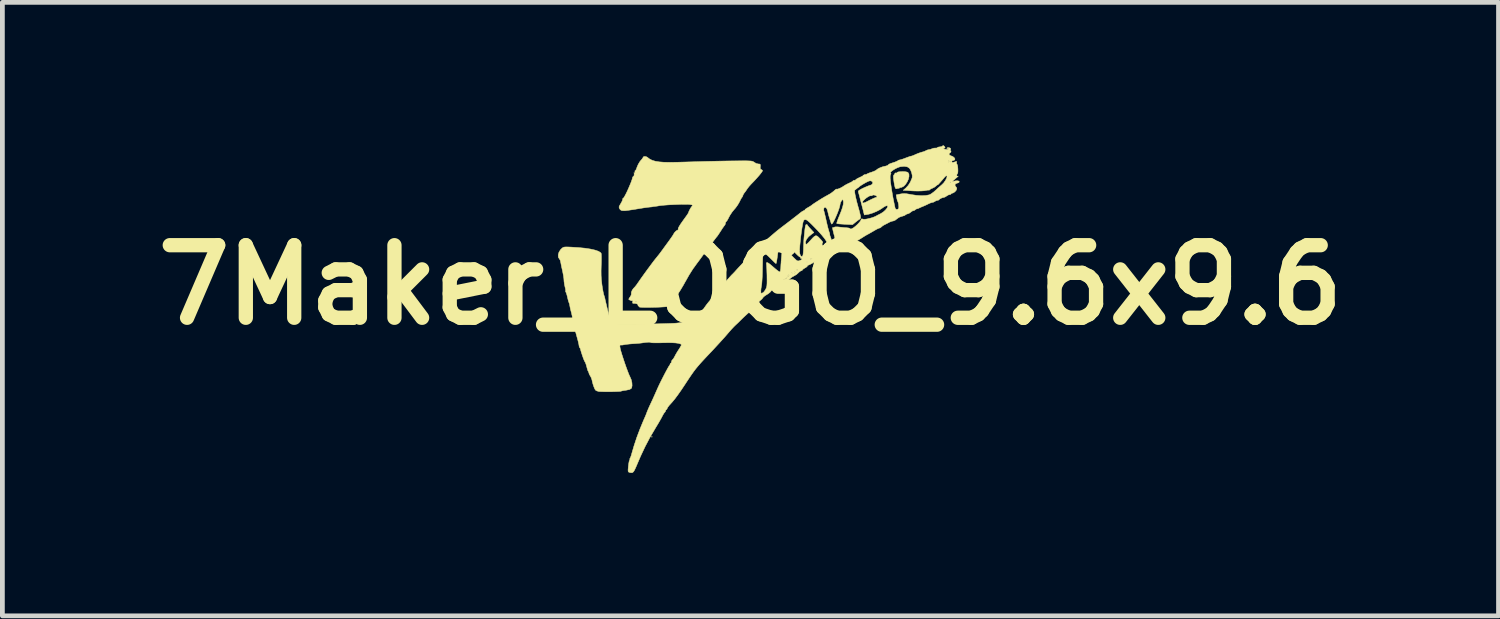
<source format=kicad_pcb>
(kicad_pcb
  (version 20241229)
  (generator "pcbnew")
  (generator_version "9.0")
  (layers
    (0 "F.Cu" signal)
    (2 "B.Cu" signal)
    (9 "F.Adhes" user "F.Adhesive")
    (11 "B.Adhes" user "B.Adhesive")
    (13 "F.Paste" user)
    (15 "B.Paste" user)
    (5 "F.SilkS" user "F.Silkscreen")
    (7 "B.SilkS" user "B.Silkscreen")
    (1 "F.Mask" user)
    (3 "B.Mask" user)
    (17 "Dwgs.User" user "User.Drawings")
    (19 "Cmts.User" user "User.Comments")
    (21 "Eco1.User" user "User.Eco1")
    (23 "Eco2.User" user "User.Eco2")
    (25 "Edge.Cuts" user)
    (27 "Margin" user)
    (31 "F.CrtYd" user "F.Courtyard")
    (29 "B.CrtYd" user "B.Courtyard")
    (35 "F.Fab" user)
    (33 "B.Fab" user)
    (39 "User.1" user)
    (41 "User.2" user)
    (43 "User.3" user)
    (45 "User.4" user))
  (footprint "7Maker_LOGO_9.6x9.6"
    (layer "F.Cu")
    (at 12.707 2.933)
    (property "Reference" "7Maker_LOGO_9.6x9.6" (at 0 0 0) (layer "F.SilkS") (effects (font (size 1.524 1.524) (thickness 0.3))))
    (attr through_hole)
    (fp_poly (pts (xy -2.062 3.19) (xy -2.069 3.197) (xy -2.077 3.19) (xy -2.069 3.182) (xy -2.062 3.19)) (stroke (width 0.01) (type solid)) (fill yes) (layer "F.SilkS"))
    (fp_poly (pts (xy 3.247 -2.378) (xy 3.286 -2.371) (xy 3.307 -2.363) (xy 3.328 -2.328) (xy 3.33 -2.279) (xy 3.317 -2.222) (xy 3.291 -2.164) (xy 3.257 -2.112) (xy 3.217 -2.071) (xy 3.174 -2.049) (xy 3.157 -2.047) (xy 3.133 -2.042) (xy 3.13 -2.035) (xy 3.124 -2.032) (xy 3.117 -2.029) (xy 3.109 -2.029) (xy 3.108 -2.029) (xy 3.101 -2.032) (xy 3.09 -2.027) (xy 3.068 -2.019) (xy 3.051 -2.022) (xy 3.037 -2.048) (xy 3.025 -2.098) (xy 3.015 -2.155) (xy 3.006 -2.223) (xy 3.002 -2.267) (xy 3.004 -2.293) (xy 3.011 -2.308) (xy 3.013 -2.31) (xy 3.031 -2.333) (xy 3.033 -2.343) (xy 3.044 -2.353) (xy 3.058 -2.35) (xy 3.075 -2.348) (xy 3.074 -2.354) (xy 3.08 -2.365) (xy 3.108 -2.374) (xy 3.151 -2.378) (xy 3.2 -2.38) (xy 3.247 -2.378)) (stroke (width 0.01) (type solid)) (fill yes) (layer "F.SilkS"))
    (fp_poly (pts (xy -2.183 -2.691) (xy -2.161 -2.678) (xy -2.117 -2.644) (xy -2.063 -2.617) (xy -1.996 -2.597) (xy -1.914 -2.584) (xy -1.813 -2.576) (xy -1.689 -2.574) (xy -1.54 -2.576) (xy -1.511 -2.577) (xy -1.301 -2.583) (xy -1.117 -2.588) (xy -0.956 -2.593) (xy -0.815 -2.596) (xy -0.69 -2.599) (xy -0.578 -2.601) (xy -0.475 -2.603) (xy -0.378 -2.604) (xy -0.283 -2.605) (xy -0.269 -2.605) (xy -0.165 -2.606) (xy -0.087 -2.606) (xy -0.031 -2.604) (xy 0.009 -2.602) (xy 0.037 -2.597) (xy 0.056 -2.59) (xy 0.072 -2.581) (xy 0.081 -2.574) (xy 0.123 -2.55) (xy 0.166 -2.54) (xy 0.168 -2.54) (xy 0.197 -2.538) (xy 0.208 -2.525) (xy 0.207 -2.493) (xy 0.206 -2.486) (xy 0.205 -2.447) (xy 0.215 -2.429) (xy 0.227 -2.424) (xy 0.25 -2.409) (xy 0.254 -2.398) (xy 0.244 -2.379) (xy 0.218 -2.343) (xy 0.18 -2.296) (xy 0.133 -2.243) (xy 0.083 -2.188) (xy 0.033 -2.136) (xy 0.02 -2.123) (xy -0.022 -2.077) (xy -0.063 -2.025) (xy -0.072 -2.011) (xy -0.099 -1.971) (xy -0.122 -1.94) (xy -0.13 -1.931) (xy -0.149 -1.902) (xy -0.158 -1.879) (xy -0.17 -1.849) (xy -0.179 -1.838) (xy -0.191 -1.821) (xy -0.21 -1.786) (xy -0.231 -1.743) (xy -0.266 -1.682) (xy -0.311 -1.619) (xy -0.339 -1.587) (xy -0.382 -1.535) (xy -0.425 -1.471) (xy -0.451 -1.424) (xy -0.475 -1.377) (xy -0.495 -1.344) (xy -0.509 -1.33) (xy -0.509 -1.33) (xy -0.52 -1.317) (xy -0.523 -1.301) (xy -0.532 -1.266) (xy -0.542 -1.252) (xy -0.558 -1.231) (xy -0.586 -1.192) (xy -0.618 -1.142) (xy -0.627 -1.128) (xy -0.659 -1.079) (xy -0.685 -1.04) (xy -0.701 -1.018) (xy -0.703 -1.016) (xy -0.716 -1.001) (xy -0.743 -0.966) (xy -0.78 -0.917) (xy -0.825 -0.858) (xy -0.873 -0.794) (xy -0.921 -0.729) (xy -0.965 -0.668) (xy -1.002 -0.617) (xy -1.011 -0.605) (xy -1.042 -0.562) (xy -1.083 -0.507) (xy -1.121 -0.456) (xy -1.209 -0.335) (xy -1.286 -0.213) (xy -1.363 -0.076) (xy -1.367 -0.07) (xy -1.406 0.000253) (xy -1.449 0.073) (xy -1.488 0.136) (xy -1.5 0.154) (xy -1.538 0.212) (xy -1.577 0.273) (xy -1.604 0.318) (xy -1.647 0.384) (xy -1.688 0.426) (xy -1.732 0.449) (xy -1.753 0.454) (xy -1.793 0.459) (xy -1.853 0.463) (xy -1.926 0.467) (xy -2.008 0.469) (xy -2.09 0.471) (xy -2.17 0.471) (xy -2.239 0.471) (xy -2.292 0.469) (xy -2.325 0.466) (xy -2.33 0.464) (xy -2.345 0.448) (xy -2.331 0.436) (xy -2.289 0.431) (xy -2.237 0.43) (xy -2.189 0.431) (xy -2.167 0.429) (xy -2.347 0.439) (xy -2.332 0.427) (xy -2.349 0.445) (xy -2.36 0.432) (xy -2.37 0.401) (xy -2.417 0.388) (xy -2.44 0.388) (xy -2.469 0.386) (xy -2.476 0.372) (xy -2.473 0.359) (xy -2.471 0.349) (xy -2.415 0.349) (xy -2.413 0.358) (xy -2.406 0.359) (xy -2.393 0.353) (xy -2.396 0.349) (xy -2.408 0.351) (xy -2.415 0.349) (xy -2.471 0.349) (xy -2.47 0.336) (xy -2.475 0.331) (xy -2.5 0.33) (xy -2.53 0.319) (xy -2.552 0.306) (xy -2.555 0.3) (xy -2.547 0.281) (xy -2.526 0.251) (xy -2.524 0.248) (xy -2.505 0.215) (xy -2.501 0.187) (xy -2.501 0.185) (xy -2.5 0.154) (xy -2.484 0.113) (xy -2.457 0.074) (xy -2.442 0.059) (xy -2.422 0.037) (xy -2.391 -0.002) (xy -2.358 -0.05) (xy -2.356 -0.052) (xy -2.317 -0.109) (xy -2.266 -0.181) (xy -2.209 -0.26) (xy -2.149 -0.342) (xy -2.091 -0.42) (xy -2.039 -0.49) (xy -1.996 -0.545) (xy -1.972 -0.574) (xy -1.937 -0.618) (xy -1.906 -0.657) (xy -1.894 -0.673) (xy -1.875 -0.699) (xy -1.843 -0.742) (xy -1.802 -0.799) (xy -1.756 -0.862) (xy -1.747 -0.874) (xy -1.702 -0.936) (xy -1.663 -0.991) (xy -1.634 -1.033) (xy -1.619 -1.058) (xy -1.617 -1.061) (xy -1.599 -1.093) (xy -1.57 -1.125) (xy -1.542 -1.147) (xy -1.529 -1.15) (xy -1.516 -1.161) (xy -1.518 -1.17) (xy -1.515 -1.191) (xy -1.497 -1.228) (xy -1.462 -1.284) (xy -1.409 -1.359) (xy -1.363 -1.423) (xy -1.332 -1.466) (xy -1.309 -1.501) (xy -1.3 -1.519) (xy -1.3 -1.52) (xy -1.292 -1.543) (xy -1.274 -1.58) (xy -1.252 -1.619) (xy -1.23 -1.65) (xy -1.22 -1.661) (xy -1.214 -1.673) (xy -1.234 -1.683) (xy -1.277 -1.691) (xy -1.338 -1.694) (xy -1.415 -1.694) (xy -1.434 -1.694) (xy -1.589 -1.688) (xy -1.714 -1.682) (xy -1.809 -1.675) (xy -1.875 -1.669) (xy -1.905 -1.665) (xy -1.955 -1.656) (xy -1.995 -1.651) (xy -2.029 -1.647) (xy -2.047 -1.644) (xy -2.065 -1.64) (xy -2.101 -1.636) (xy -2.107 -1.636) (xy -2.142 -1.632) (xy -2.182 -1.627) (xy -2.231 -1.62) (xy -2.295 -1.61) (xy -2.379 -1.596) (xy -2.458 -1.583) (xy -2.553 -1.569) (xy -2.623 -1.56) (xy -2.673 -1.559) (xy -2.707 -1.564) (xy -2.73 -1.577) (xy -2.746 -1.598) (xy -2.747 -1.599) (xy -2.757 -1.622) (xy -2.757 -1.645) (xy -2.743 -1.674) (xy -2.721 -1.711) (xy -2.697 -1.754) (xy -2.683 -1.789) (xy -2.681 -1.805) (xy -2.675 -1.821) (xy -2.677 -1.817) (xy -2.664 -1.825) (xy -2.644 -1.856) (xy -2.618 -1.904) (xy -2.588 -1.965) (xy -2.558 -2.032) (xy -2.529 -2.1) (xy -2.503 -2.164) (xy -2.484 -2.219) (xy -2.474 -2.259) (xy -2.466 -2.273) (xy -2.464 -2.276) (xy -2.461 -2.281) (xy -2.461 -2.278) (xy -2.455 -2.277) (xy -2.445 -2.293) (xy -2.444 -2.299) (xy -2.44 -2.332) (xy -2.444 -2.348) (xy -2.446 -2.358) (xy -2.435 -2.353) (xy -2.422 -2.351) (xy -2.424 -2.372) (xy -2.424 -2.373) (xy -2.426 -2.395) (xy -2.42 -2.398) (xy -2.409 -2.406) (xy -2.394 -2.437) (xy -2.381 -2.474) (xy -2.355 -2.534) (xy -2.321 -2.59) (xy -2.305 -2.61) (xy -2.276 -2.643) (xy -2.259 -2.668) (xy -2.256 -2.675) (xy -2.244 -2.693) (xy -2.216 -2.698) (xy -2.183 -2.691)) (stroke (width 0.01) (type solid)) (fill yes) (layer "F.SilkS"))
    (fp_poly (pts (xy 4.069 -2.914) (xy 4.08 -2.897) (xy 4.088 -2.876) (xy 4.081 -2.875) (xy 4.061 -2.874) (xy 4.057 -2.87) (xy 4.062 -2.857) (xy 4.085 -2.848) (xy 4.117 -2.844) (xy 4.146 -2.847) (xy 4.159 -2.854) (xy 4.167 -2.867) (xy 4.151 -2.864) (xy 4.15 -2.864) (xy 4.128 -2.863) (xy 4.124 -2.869) (xy 4.135 -2.881) (xy 4.161 -2.883) (xy 4.189 -2.876) (xy 4.204 -2.862) (xy 4.201 -2.839) (xy 4.194 -2.833) (xy 4.185 -2.827) (xy 4.195 -2.825) (xy 4.211 -2.814) (xy 4.21 -2.793) (xy 4.193 -2.775) (xy 4.191 -2.774) (xy 4.17 -2.756) (xy 4.174 -2.733) (xy 4.2 -2.715) (xy 4.21 -2.712) (xy 4.251 -2.695) (xy 4.28 -2.671) (xy 4.294 -2.646) (xy 4.289 -2.625) (xy 4.264 -2.615) (xy 4.257 -2.615) (xy 4.234 -2.605) (xy 4.228 -2.592) (xy 4.234 -2.574) (xy 4.254 -2.572) (xy 4.294 -2.584) (xy 4.296 -2.585) (xy 4.324 -2.594) (xy 4.332 -2.587) (xy 4.329 -2.571) (xy 4.329 -2.545) (xy 4.336 -2.536) (xy 4.345 -2.52) (xy 4.352 -2.483) (xy 4.356 -2.437) (xy 4.357 -2.391) (xy 4.354 -2.354) (xy 4.347 -2.338) (xy 4.335 -2.32) (xy 4.333 -2.297) (xy 4.34 -2.28) (xy 4.352 -2.28) (xy 4.364 -2.286) (xy 4.359 -2.279) (xy 4.334 -2.257) (xy 4.288 -2.218) (xy 4.288 -2.218) (xy 4.254 -2.188) (xy 4.242 -2.174) (xy 4.252 -2.173) (xy 4.258 -2.175) (xy 4.302 -2.185) (xy 4.34 -2.188) (xy 4.375 -2.181) (xy 4.386 -2.165) (xy 4.373 -2.148) (xy 4.345 -2.139) (xy 4.311 -2.126) (xy 4.294 -2.103) (xy 4.301 -2.077) (xy 4.31 -2.068) (xy 4.329 -2.04) (xy 4.333 -2.022) (xy 4.321 -1.988) (xy 4.292 -1.955) (xy 4.257 -1.932) (xy 4.239 -1.927) (xy 4.217 -1.92) (xy 4.213 -1.912) (xy 4.201 -1.9) (xy 4.186 -1.898) (xy 4.154 -1.889) (xy 4.12 -1.868) (xy 4.087 -1.847) (xy 4.061 -1.838) (xy 4.061 -1.838) (xy 4.032 -1.832) (xy 3.998 -1.818) (xy 3.97 -1.801) (xy 3.96 -1.789) (xy 3.947 -1.78) (xy 3.932 -1.778) (xy 3.899 -1.769) (xy 3.876 -1.756) (xy 3.844 -1.738) (xy 3.823 -1.734) (xy 3.794 -1.727) (xy 3.754 -1.711) (xy 3.74 -1.704) (xy 3.686 -1.678) (xy 3.63 -1.653) (xy 3.623 -1.651) (xy 3.579 -1.632) (xy 3.544 -1.616) (xy 3.538 -1.612) (xy 3.508 -1.601) (xy 3.495 -1.599) (xy 3.472 -1.589) (xy 3.457 -1.576) (xy 3.434 -1.561) (xy 3.423 -1.56) (xy 3.406 -1.556) (xy 3.377 -1.537) (xy 3.37 -1.531) (xy 3.335 -1.506) (xy 3.305 -1.494) (xy 3.302 -1.494) (xy 3.27 -1.483) (xy 3.258 -1.473) (xy 3.233 -1.457) (xy 3.192 -1.444) (xy 3.181 -1.442) (xy 3.119 -1.419) (xy 3.076 -1.388) (xy 3.04 -1.36) (xy 3.006 -1.345) (xy 2.999 -1.344) (xy 2.964 -1.336) (xy 2.921 -1.319) (xy 2.914 -1.315) (xy 2.865 -1.289) (xy 2.819 -1.266) (xy 2.815 -1.264) (xy 2.777 -1.242) (xy 2.75 -1.219) (xy 2.75 -1.219) (xy 2.725 -1.199) (xy 2.711 -1.195) (xy 2.688 -1.188) (xy 2.649 -1.169) (xy 2.612 -1.148) (xy 2.559 -1.117) (xy 2.507 -1.087) (xy 2.48 -1.072) (xy 2.434 -1.047) (xy 2.392 -1.022) (xy 2.343 -0.991) (xy 2.305 -0.967) (xy 2.267 -0.944) (xy 2.239 -0.929) (xy 2.231 -0.926) (xy 2.212 -0.918) (xy 2.18 -0.898) (xy 2.143 -0.873) (xy 2.111 -0.85) (xy 2.095 -0.834) (xy 2.094 -0.833) (xy 2.077 -0.823) (xy 2.07 -0.822) (xy 2.046 -0.814) (xy 1.999 -0.79) (xy 1.93 -0.751) (xy 1.841 -0.699) (xy 1.823 -0.687) (xy 1.796 -0.672) (xy 1.756 -0.651) (xy 1.741 -0.643) (xy 1.681 -0.611) (xy 1.74 -0.664) (xy 1.774 -0.698) (xy 1.787 -0.721) (xy 1.781 -0.729) (xy 1.755 -0.719) (xy 1.737 -0.709) (xy 1.701 -0.687) (xy 1.65 -0.659) (xy 1.59 -0.628) (xy 1.529 -0.597) (xy 1.472 -0.57) (xy 1.426 -0.549) (xy 1.398 -0.539) (xy 1.394 -0.538) (xy 1.376 -0.526) (xy 1.374 -0.519) (xy 1.362 -0.502) (xy 1.332 -0.477) (xy 1.291 -0.451) (xy 1.249 -0.429) (xy 1.221 -0.418) (xy 1.199 -0.406) (xy 1.196 -0.397) (xy 1.185 -0.382) (xy 1.156 -0.362) (xy 1.144 -0.356) (xy 1.111 -0.335) (xy 1.092 -0.317) (xy 1.091 -0.313) (xy 1.079 -0.3) (xy 1.068 -0.299) (xy 1.045 -0.288) (xy 1.014 -0.263) (xy 1.007 -0.255) (xy 0.968 -0.22) (xy 0.925 -0.194) (xy 0.921 -0.192) (xy 0.876 -0.167) (xy 0.839 -0.138) (xy 0.804 -0.107) (xy 0.759 -0.074) (xy 0.746 -0.065) (xy 0.708 -0.042) (xy 0.685 -0.036) (xy 0.666 -0.044) (xy 0.662 -0.047) (xy 0.644 -0.059) (xy 0.681 -0.03) (xy 0.66 -0.02) (xy 0.64 0.008) (xy 0.626 -0.019) (xy 0.625 -0.019) (xy 0.597 -0.015) (xy 0.637 -0.018) (xy 0.643 -0.007) (xy 0.615 0.004) (xy 0.639 -0.000466) (xy 0.638 0.009) (xy 0.629 0.02) (xy 0.6 0.04) (xy 0.581 0.045) (xy 0.55 0.053) (xy 0.509 0.074) (xy 0.467 0.1) (xy 0.435 0.126) (xy 0.425 0.14) (xy 0.408 0.157) (xy 0.375 0.183) (xy 0.343 0.203) (xy 0.301 0.23) (xy 0.271 0.256) (xy 0.261 0.269) (xy 0.245 0.292) (xy 0.214 0.32) (xy 0.203 0.328) (xy 0.163 0.367) (xy 0.127 0.414) (xy 0.121 0.426) (xy 0.089 0.469) (xy 0.045 0.515) (xy 0.018 0.537) (xy -0.026 0.572) (xy -0.08 0.62) (xy -0.136 0.672) (xy -0.151 0.686) (xy -0.203 0.737) (xy -0.254 0.788) (xy -0.297 0.828) (xy -0.307 0.837) (xy -0.348 0.877) (xy -0.396 0.928) (xy -0.439 0.977) (xy -0.54 1.094) (xy -0.656 1.222) (xy -0.777 1.353) (xy -0.819 1.398) (xy -0.912 1.496) (xy -0.987 1.576) (xy -1.05 1.645) (xy -1.102 1.705) (xy -1.149 1.762) (xy -1.193 1.82) (xy -1.238 1.884) (xy -1.289 1.959) (xy -1.348 2.048) (xy -1.37 2.082) (xy -1.452 2.205) (xy -1.522 2.305) (xy -1.583 2.387) (xy -1.638 2.454) (xy -1.673 2.493) (xy -1.71 2.534) (xy -1.737 2.57) (xy -1.748 2.592) (xy -1.748 2.593) (xy -1.757 2.613) (xy -1.763 2.615) (xy -1.777 2.627) (xy -1.778 2.635) (xy -1.789 2.662) (xy -1.799 2.673) (xy -1.818 2.697) (xy -1.841 2.736) (xy -1.85 2.754) (xy -1.869 2.79) (xy -1.899 2.844) (xy -1.938 2.911) (xy -1.982 2.984) (xy -2 3.014) (xy -2.111 3.203) (xy -2.212 3.395) (xy -2.308 3.599) (xy -2.368 3.739) (xy -2.403 3.821) (xy -2.429 3.878) (xy -2.45 3.915) (xy -2.47 3.936) (xy -2.491 3.943) (xy -2.517 3.941) (xy -2.546 3.934) (xy -2.56 3.927) (xy -2.567 3.913) (xy -2.569 3.885) (xy -2.565 3.835) (xy -2.563 3.813) (xy -2.556 3.755) (xy -2.548 3.709) (xy -2.539 3.682) (xy -2.537 3.68) (xy -2.529 3.664) (xy -2.533 3.661) (xy -2.535 3.652) (xy -2.528 3.642) (xy -2.516 3.618) (xy -2.501 3.575) (xy -2.49 3.534) (xy -2.443 3.374) (xy -2.385 3.199) (xy -2.317 3.019) (xy -2.244 2.843) (xy -2.222 2.794) (xy -2.2 2.743) (xy -2.182 2.698) (xy -2.174 2.675) (xy -2.163 2.647) (xy -2.143 2.599) (xy -2.116 2.539) (xy -2.096 2.496) (xy -2.042 2.38) (xy -1.999 2.284) (xy -1.967 2.211) (xy -1.957 2.189) (xy -1.937 2.144) (xy -1.909 2.084) (xy -1.875 2.015) (xy -1.838 1.942) (xy -1.801 1.87) (xy -1.766 1.804) (xy -1.736 1.749) (xy -1.713 1.709) (xy -1.7 1.691) (xy -1.7 1.691) (xy -1.689 1.674) (xy -1.688 1.665) (xy -1.68 1.646) (xy -1.673 1.644) (xy -1.661 1.631) (xy -1.658 1.614) (xy -1.649 1.584) (xy -1.639 1.573) (xy -1.62 1.553) (xy -1.598 1.517) (xy -1.594 1.509) (xy -1.575 1.472) (xy -1.555 1.437) (xy -1.531 1.397) (xy -1.495 1.342) (xy -1.49 1.335) (xy -1.467 1.296) (xy -1.452 1.267) (xy -1.449 1.258) (xy -1.464 1.24) (xy -1.507 1.226) (xy -1.577 1.217) (xy -1.674 1.212) (xy -1.795 1.213) (xy -1.839 1.214) (xy -1.922 1.216) (xy -1.993 1.216) (xy -2.049 1.215) (xy -2.083 1.212) (xy -2.092 1.209) (xy -2.105 1.203) (xy -2.141 1.202) (xy -2.19 1.206) (xy -2.247 1.213) (xy -2.271 1.217) (xy -2.302 1.221) (xy -2.354 1.226) (xy -2.418 1.231) (xy -2.45 1.233) (xy -2.52 1.238) (xy -2.586 1.245) (xy -2.637 1.252) (xy -2.651 1.255) (xy -2.691 1.262) (xy -2.718 1.262) (xy -2.721 1.261) (xy -2.737 1.262) (xy -2.742 1.286) (xy -2.735 1.333) (xy -2.726 1.37) (xy -2.7 1.457) (xy -2.67 1.55) (xy -2.638 1.646) (xy -2.606 1.737) (xy -2.576 1.818) (xy -2.551 1.882) (xy -2.531 1.925) (xy -2.53 1.927) (xy -2.503 1.989) (xy -2.488 2.054) (xy -2.485 2.114) (xy -2.494 2.16) (xy -2.501 2.172) (xy -2.536 2.194) (xy -2.599 2.208) (xy -2.61 2.21) (xy -2.66 2.217) (xy -2.699 2.225) (xy -2.714 2.23) (xy -2.734 2.234) (xy -2.777 2.237) (xy -2.838 2.239) (xy -2.909 2.241) (xy -2.984 2.241) (xy -3.056 2.241) (xy -3.12 2.24) (xy -3.168 2.238) (xy -3.186 2.236) (xy -3.225 2.225) (xy -3.249 2.212) (xy -3.267 2.186) (xy -3.287 2.139) (xy -3.307 2.08) (xy -3.323 2.017) (xy -3.327 1.995) (xy -3.342 1.949) (xy -3.363 1.91) (xy -3.383 1.876) (xy -3.392 1.848) (xy -3.392 1.848) (xy -3.399 1.823) (xy -3.404 1.817) (xy -3.414 1.799) (xy -3.426 1.761) (xy -3.436 1.723) (xy -3.45 1.672) (xy -3.465 1.631) (xy -3.475 1.614) (xy -3.488 1.59) (xy -3.506 1.546) (xy -3.526 1.49) (xy -3.545 1.432) (xy -3.561 1.38) (xy -3.57 1.343) (xy -3.574 1.333) (xy -3.581 1.321) (xy -3.584 1.318) (xy -3.586 1.313) (xy -3.592 1.306) (xy -3.597 1.286) (xy -3.604 1.241) (xy -3.618 1.182) (xy -3.629 1.14) (xy -3.671 0.988) (xy -3.703 0.862) (xy -3.725 0.758) (xy -3.735 0.702) (xy -3.745 0.644) (xy -3.757 0.59) (xy -3.763 0.568) (xy -3.777 0.515) (xy -3.788 0.463) (xy -3.795 0.424) (xy -3.8 0.398) (xy -3.801 0.396) (xy -3.811 0.369) (xy -3.812 0.366) (xy -3.82 0.344) (xy -3.831 0.303) (xy -3.841 0.261) (xy -3.853 0.211) (xy -3.866 0.17) (xy -3.874 0.153) (xy -3.883 0.132) (xy -3.881 0.126) (xy -3.88 0.108) (xy -3.886 0.071) (xy -3.894 0.04) (xy -3.906 -0.018) (xy -3.914 -0.076) (xy -3.915 -0.097) (xy -3.918 -0.139) (xy -3.927 -0.199) (xy -3.94 -0.267) (xy -3.945 -0.291) (xy -3.96 -0.358) (xy -3.973 -0.42) (xy -3.982 -0.467) (xy -3.984 -0.478) (xy -3.994 -0.518) (xy -4.009 -0.544) (xy -4.011 -0.545) (xy -4.033 -0.582) (xy -4.036 -0.631) (xy -4.021 -0.685) (xy -3.989 -0.738) (xy -3.953 -0.774) (xy -3.938 -0.784) (xy -3.922 -0.792) (xy -3.901 -0.796) (xy -3.869 -0.798) (xy -3.823 -0.797) (xy -3.759 -0.794) (xy -3.671 -0.788) (xy -3.616 -0.785) (xy -3.479 -0.772) (xy -3.361 -0.754) (xy -3.264 -0.732) (xy -3.191 -0.707) (xy -3.145 -0.678) (xy -3.135 -0.666) (xy -3.132 -0.646) (xy -3.13 -0.602) (xy -3.13 -0.539) (xy -3.131 -0.463) (xy -3.133 -0.411) (xy -3.136 -0.296) (xy -3.135 -0.199) (xy -3.13 -0.112) (xy -3.12 -0.024) (xy -3.116 0.007) (xy -3.105 0.079) (xy -3.094 0.141) (xy -3.084 0.187) (xy -3.078 0.21) (xy -3.068 0.237) (xy -3.056 0.281) (xy -3.051 0.307) (xy -3.041 0.35) (xy -3.026 0.413) (xy -3.008 0.489) (xy -2.988 0.57) (xy -2.986 0.579) (xy -2.967 0.656) (xy -2.95 0.714) (xy -2.931 0.758) (xy -2.907 0.788) (xy -2.874 0.808) (xy -2.826 0.819) (xy -2.762 0.824) (xy -2.675 0.825) (xy -2.563 0.825) (xy -2.555 0.825) (xy -2.45 0.824) (xy -2.334 0.823) (xy -2.213 0.821) (xy -2.09 0.819) (xy -1.969 0.817) (xy -1.856 0.814) (xy -1.753 0.811) (xy -1.666 0.808) (xy -1.599 0.805) (xy -1.556 0.802) (xy -1.546 0.801) (xy -1.51 0.797) (xy -1.455 0.791) (xy -1.392 0.784) (xy -1.382 0.783) (xy -1.324 0.777) (xy -1.278 0.772) (xy -1.25 0.769) (xy -1.248 0.768) (xy -1.22 0.765) (xy -1.209 0.764) (xy -1.182 0.753) (xy -1.148 0.724) (xy -1.105 0.675) (xy -1.052 0.602) (xy -1.009 0.54) (xy -0.966 0.477) (xy -0.924 0.418) (xy -0.888 0.372) (xy -0.868 0.348) (xy -0.84 0.315) (xy -0.822 0.291) (xy -0.82 0.287) (xy -0.816 0.279) (xy -0.807 0.267) (xy -0.792 0.248) (xy -0.768 0.219) (xy -0.732 0.177) (xy -0.694 0.133) (xy 0.218 0.133) (xy 0.221 0.168) (xy 0.223 0.174) (xy 0.236 0.173) (xy 0.252 0.169) (xy 0.276 0.153) (xy 0.303 0.119) (xy 0.315 0.1) (xy 0.329 0.073) (xy 0.339 0.048) (xy 0.345 0.017) (xy 0.348 -0.024) (xy 0.349 -0.076) (xy 0.665 -0.076) (xy 0.685 -0.075) (xy 0.715 -0.084) (xy 0.728 -0.095) (xy 0.75 -0.117) (xy 0.774 -0.134) (xy 0.701 -0.079) (xy 0.671 -0.084) (xy 0.784 -0.158) (xy 0.75 -0.143) (xy 0.708 -0.116) (xy 0.689 -0.102) (xy 0.666 -0.083) (xy 0.665 -0.076) (xy 0.349 -0.076) (xy 0.349 -0.083) (xy 0.348 -0.165) (xy 0.348 -0.179) (xy 0.348 -0.193) (xy 0.777 -0.193) (xy 0.787 -0.18) (xy 0.814 -0.189) (xy 0.821 -0.194) (xy 0.787 -0.185) (xy 0.78 -0.196) (xy 0.815 -0.219) (xy 0.79 -0.209) (xy 0.777 -0.193) (xy 0.777 -0.193) (xy 0.348 -0.193) (xy 0.347 -0.236) (xy 0.852 -0.236) (xy 0.86 -0.23) (xy 0.874 -0.239) (xy 0.882 -0.248) (xy 0.918 -0.248) (xy 0.928 -0.239) (xy 0.938 -0.252) (xy 0.941 -0.271) (xy 0.925 -0.241) (xy 0.931 -0.293) (xy 0.919 -0.271) (xy 0.918 -0.248) (xy 0.882 -0.248) (xy 0.89 -0.258) (xy 0.853 -0.231) (xy 0.874 -0.265) (xy 0.857 -0.25) (xy 0.852 -0.236) (xy 0.347 -0.236) (xy 0.346 -0.259) (xy 0.344 -0.33) (xy 0.341 -0.386) (xy 0.339 -0.421) (xy 0.338 -0.427) (xy 0.335 -0.459) (xy 0.344 -0.472) (xy 0.368 -0.464) (xy 0.409 -0.436) (xy 0.467 -0.387) (xy 0.476 -0.379) (xy 0.527 -0.335) (xy 0.571 -0.3) (xy 0.604 -0.278) (xy 0.618 -0.273) (xy 0.628 -0.29) (xy 0.633 -0.315) (xy 0.971 -0.315) (xy 0.982 -0.299) (xy 0.98 -0.318) (xy 1.001 -0.304) (xy 1.001 -0.305) (xy 0.991 -0.318) (xy 0.986 -0.321) (xy 0.972 -0.32) (xy 0.971 -0.315) (xy 0.633 -0.315) (xy 0.635 -0.328) (xy 0.637 -0.352) (xy 0.64 -0.424) (xy 0.645 -0.486) (xy 1.18 -0.486) (xy 1.188 -0.478) (xy 1.195 -0.486) (xy 1.191 -0.483) (xy 1.18 -0.486) (xy 0.645 -0.486) (xy 0.647 -0.524) (xy 0.659 -0.651) (xy 0.667 -0.728) (xy 0.675 -0.778) (xy 0.688 -0.802) (xy 0.71 -0.799) (xy 0.741 -0.771) (xy 0.777 -0.724) (xy 0.823 -0.667) (xy 0.877 -0.605) (xy 0.913 -0.568) (xy 0.953 -0.53) (xy 0.979 -0.509) (xy 1.001 -0.503) (xy 1.024 -0.508) (xy 1.031 -0.51) (xy 1.067 -0.526) (xy 1.077 -0.535) (xy 1.267 -0.544) (xy 1.264 -0.526) (xy 1.275 -0.544) (xy 1.296 -0.549) (xy 1.296 -0.55) (xy 1.275 -0.549) (xy 1.279 -0.559) (xy 1.258 -0.543) (xy 1.255 -0.535) (xy 1.077 -0.535) (xy 1.085 -0.541) (xy 1.081 -0.551) (xy 1.068 -0.553) (xy 1.052 -0.56) (xy 1.053 -0.568) (xy 1.051 -0.581) (xy 1.045 -0.583) (xy 1.027 -0.593) (xy 0.994 -0.621) (xy 0.953 -0.661) (xy 0.909 -0.708) (xy 0.901 -0.717) (xy 1.031 -0.717) (xy 1.036 -0.66) (xy 1.049 -0.619) (xy 1.067 -0.598) (xy 1.087 -0.601) (xy 1.1 -0.616) (xy 1.105 -0.638) (xy 1.11 -0.683) (xy 1.114 -0.743) (xy 1.115 -0.792) (xy 1.118 -0.864) (xy 1.121 -0.933) (xy 1.125 -0.987) (xy 1.127 -1.009) (xy 1.132 -1.056) (xy 1.139 -1.118) (xy 1.144 -1.169) (xy 1.153 -1.229) (xy 1.163 -1.262) (xy 1.175 -1.27) (xy 1.194 -1.263) (xy 1.196 -1.259) (xy 1.205 -1.243) (xy 1.23 -1.212) (xy 1.265 -1.174) (xy 1.333 -1.1) (xy 1.29 -1.07) (xy 1.221 -1.013) (xy 1.176 -0.957) (xy 1.157 -0.906) (xy 1.156 -0.899) (xy 1.16 -0.867) (xy 1.17 -0.852) (xy 1.171 -0.852) (xy 1.189 -0.862) (xy 1.219 -0.89) (xy 1.256 -0.93) (xy 1.26 -0.934) (xy 1.309 -0.988) (xy 1.345 -1.021) (xy 1.373 -1.034) (xy 1.398 -1.028) (xy 1.425 -1.007) (xy 1.437 -0.995) (xy 1.482 -0.947) (xy 1.509 -0.915) (xy 1.519 -0.896) (xy 1.516 -0.885) (xy 1.514 -0.884) (xy 1.502 -0.86) (xy 1.511 -0.833) (xy 1.522 -0.823) (xy 1.558 -0.816) (xy 1.597 -0.83) (xy 1.614 -0.845) (xy 1.617 -0.871) (xy 1.597 -0.915) (xy 1.556 -0.976) (xy 1.494 -1.052) (xy 1.412 -1.143) (xy 1.352 -1.205) (xy 1.286 -1.272) (xy 1.236 -1.32) (xy 1.2 -1.351) (xy 1.174 -1.367) (xy 1.154 -1.372) (xy 1.149 -1.372) (xy 1.129 -1.366) (xy 1.115 -1.349) (xy 1.104 -1.315) (xy 1.095 -1.27) (xy 1.082 -1.194) (xy 1.069 -1.103) (xy 1.056 -1.006) (xy 1.046 -0.91) (xy 1.037 -0.822) (xy 1.032 -0.751) (xy 1.031 -0.717) (xy 0.901 -0.717) (xy 0.867 -0.756) (xy 0.839 -0.791) (xy 0.795 -0.844) (xy 0.748 -0.892) (xy 0.701 -0.931) (xy 0.661 -0.957) (xy 0.634 -0.966) (xy 0.628 -0.964) (xy 0.623 -0.96) (xy 0.618 -0.952) (xy 0.613 -0.937) (xy 0.608 -0.911) (xy 0.602 -0.869) (xy 0.594 -0.809) (xy 0.583 -0.725) (xy 0.573 -0.654) (xy 0.563 -0.579) (xy 0.554 -0.517) (xy 0.545 -0.472) (xy 0.539 -0.45) (xy 0.538 -0.448) (xy 0.524 -0.458) (xy 0.495 -0.485) (xy 0.456 -0.524) (xy 0.433 -0.547) (xy 0.372 -0.607) (xy 0.327 -0.646) (xy 0.296 -0.665) (xy 0.275 -0.667) (xy 0.268 -0.663) (xy 0.264 -0.644) (xy 0.26 -0.601) (xy 0.257 -0.537) (xy 0.255 -0.458) (xy 0.253 -0.369) (xy 0.253 -0.361) (xy 0.251 -0.264) (xy 0.248 -0.171) (xy 0.243 -0.088) (xy 0.238 -0.023) (xy 0.232 0.017) (xy 0.222 0.079) (xy 0.218 0.133) (xy -0.694 0.133) (xy -0.683 0.12) (xy -0.618 0.045) (xy -0.553 -0.03) (xy -0.5 -0.091) (xy -0.452 -0.145) (xy -0.415 -0.187) (xy -0.391 -0.213) (xy -0.385 -0.218) (xy -0.368 -0.235) (xy -0.335 -0.269) (xy -0.293 -0.316) (xy -0.247 -0.366) (xy -0.091 -0.532) (xy 0.072 -0.696) (xy 0.237 -0.854) (xy 0.399 -1) (xy 0.553 -1.131) (xy 0.65 -1.207) (xy 0.762 -1.292) (xy 0.852 -1.361) (xy 0.922 -1.415) (xy 0.975 -1.456) (xy 1.013 -1.486) (xy 1.038 -1.506) (xy 1.05 -1.516) (xy 1.085 -1.542) (xy 1.114 -1.557) (xy 1.141 -1.572) (xy 1.148 -1.58) (xy 1.535 -1.58) (xy 1.54 -1.562) (xy 1.548 -1.536) (xy 1.56 -1.487) (xy 1.575 -1.424) (xy 1.591 -1.352) (xy 1.608 -1.277) (xy 1.625 -1.207) (xy 1.641 -1.15) (xy 1.651 -1.117) (xy 1.663 -1.082) (xy 1.667 -1.062) (xy 1.666 -1.061) (xy 1.666 -1.049) (xy 1.676 -1.018) (xy 1.682 -1.003) (xy 1.696 -0.964) (xy 1.702 -0.937) (xy 1.702 -0.932) (xy 1.702 -0.896) (xy 1.716 -0.883) (xy 1.739 -0.896) (xy 1.757 -0.919) (xy 1.77 -0.942) (xy 1.775 -0.965) (xy 1.771 -0.997) (xy 1.758 -1.048) (xy 1.757 -1.05) (xy 1.737 -1.129) (xy 1.726 -1.18) (xy 1.724 -1.204) (xy 1.729 -1.205) (xy 1.746 -1.205) (xy 1.757 -1.212) (xy 1.783 -1.219) (xy 1.833 -1.219) (xy 1.886 -1.213) (xy 1.968 -1.204) (xy 2.025 -1.2) (xy 2.06 -1.196) (xy 2.075 -1.191) (xy 2.08 -1.191) (xy 2.085 -1.189) (xy 2.088 -1.186) (xy 2.098 -1.179) (xy 2.101 -1.176) (xy 2.104 -1.173) (xy 2.129 -1.18) (xy 2.13 -1.181) (xy 2.164 -1.2) (xy 2.206 -1.233) (xy 2.25 -1.273) (xy 2.288 -1.314) (xy 2.314 -1.348) (xy 2.321 -1.364) (xy 2.328 -1.385) (xy 2.346 -1.387) (xy 2.371 -1.379) (xy 2.399 -1.378) (xy 2.447 -1.385) (xy 2.504 -1.398) (xy 2.561 -1.414) (xy 2.61 -1.433) (xy 2.628 -1.441) (xy 2.664 -1.461) (xy 2.713 -1.486) (xy 2.739 -1.499) (xy 2.789 -1.531) (xy 2.834 -1.571) (xy 2.868 -1.612) (xy 2.883 -1.648) (xy 2.884 -1.653) (xy 2.873 -1.664) (xy 2.845 -1.66) (xy 2.808 -1.642) (xy 2.772 -1.616) (xy 2.717 -1.58) (xy 2.645 -1.543) (xy 2.565 -1.51) (xy 2.49 -1.487) (xy 2.465 -1.482) (xy 2.423 -1.475) (xy 2.396 -1.47) (xy 2.391 -1.47) (xy 2.387 -1.487) (xy 2.377 -1.527) (xy 2.363 -1.583) (xy 2.345 -1.651) (xy 2.327 -1.724) (xy 2.322 -1.741) (xy 2.352 -1.741) (xy 2.353 -1.734) (xy 2.36 -1.724) (xy 2.372 -1.721) (xy 2.392 -1.726) (xy 2.426 -1.74) (xy 2.479 -1.767) (xy 2.501 -1.778) (xy 2.556 -1.805) (xy 2.603 -1.826) (xy 2.633 -1.837) (xy 2.639 -1.838) (xy 2.658 -1.845) (xy 2.655 -1.86) (xy 2.632 -1.878) (xy 2.62 -1.883) (xy 2.58 -1.89) (xy 2.561 -1.882) (xy 2.538 -1.871) (xy 2.528 -1.873) (xy 2.507 -1.871) (xy 2.473 -1.854) (xy 2.433 -1.827) (xy 2.395 -1.795) (xy 2.366 -1.765) (xy 2.352 -1.741) (xy 2.322 -1.741) (xy 2.308 -1.796) (xy 2.291 -1.862) (xy 2.277 -1.914) (xy 2.267 -1.948) (xy 2.265 -1.958) (xy 2.267 -1.973) (xy 2.289 -1.991) (xy 2.333 -2.016) (xy 2.374 -2.036) (xy 2.43 -2.061) (xy 2.477 -2.08) (xy 2.508 -2.091) (xy 2.514 -2.092) (xy 2.545 -2.104) (xy 2.567 -2.131) (xy 2.57 -2.147) (xy 2.558 -2.168) (xy 2.54 -2.182) (xy 2.519 -2.187) (xy 2.492 -2.183) (xy 2.451 -2.165) (xy 2.409 -2.143) (xy 2.356 -2.112) (xy 2.311 -2.083) (xy 2.283 -2.062) (xy 2.282 -2.06) (xy 2.257 -2.039) (xy 2.241 -2.032) (xy 2.233 -2.021) (xy 2.228 -2.017) (xy 2.215 -2.012) (xy 2.21 -2.004) (xy 2.189 -1.99) (xy 2.19 -1.974) (xy 2.189 -1.952) (xy 2.196 -1.905) (xy 2.21 -1.838) (xy 2.23 -1.754) (xy 2.256 -1.658) (xy 2.282 -1.567) (xy 2.299 -1.499) (xy 2.31 -1.452) (xy 2.314 -1.421) (xy 2.311 -1.402) (xy 2.304 -1.39) (xy 2.295 -1.383) (xy 2.268 -1.365) (xy 2.229 -1.335) (xy 2.206 -1.317) (xy 2.144 -1.266) (xy 1.983 -1.274) (xy 1.916 -1.278) (xy 1.861 -1.282) (xy 1.824 -1.287) (xy 1.812 -1.291) (xy 1.814 -1.307) (xy 1.826 -1.345) (xy 1.845 -1.398) (xy 1.865 -1.445) (xy 1.907 -1.55) (xy 1.935 -1.632) (xy 1.95 -1.695) (xy 1.953 -1.742) (xy 1.95 -1.761) (xy 1.94 -1.8) (xy 1.911 -1.765) (xy 1.89 -1.728) (xy 1.883 -1.695) (xy 1.877 -1.661) (xy 1.863 -1.611) (xy 1.842 -1.55) (xy 1.817 -1.486) (xy 1.789 -1.421) (xy 1.762 -1.363) (xy 1.737 -1.316) (xy 1.718 -1.286) (xy 1.705 -1.278) (xy 1.704 -1.279) (xy 1.694 -1.3) (xy 1.68 -1.341) (xy 1.662 -1.397) (xy 1.644 -1.458) (xy 1.629 -1.517) (xy 1.621 -1.554) (xy 1.605 -1.6) (xy 1.583 -1.626) (xy 1.559 -1.629) (xy 1.545 -1.617) (xy 1.535 -1.58) (xy 1.148 -1.58) (xy 1.15 -1.583) (xy 1.162 -1.596) (xy 1.193 -1.616) (xy 1.214 -1.628) (xy 1.253 -1.651) (xy 1.279 -1.668) (xy 1.285 -1.673) (xy 1.301 -1.686) (xy 1.337 -1.711) (xy 1.386 -1.743) (xy 1.441 -1.778) (xy 1.497 -1.813) (xy 1.548 -1.843) (xy 1.572 -1.857) (xy 1.619 -1.883) (xy 1.661 -1.907) (xy 1.675 -1.914) (xy 1.709 -1.938) (xy 1.75 -1.97) (xy 1.759 -1.979) (xy 1.788 -2.003) (xy 1.806 -2.014) (xy 1.808 -2.013) (xy 1.819 -2.01) (xy 1.849 -2.018) (xy 1.887 -2.034) (xy 1.927 -2.055) (xy 1.95 -2.07) (xy 1.99 -2.096) (xy 2.043 -2.124) (xy 2.073 -2.138) (xy 2.116 -2.158) (xy 2.144 -2.176) (xy 2.152 -2.184) (xy 2.164 -2.194) (xy 2.181 -2.196) (xy 2.206 -2.202) (xy 2.211 -2.209) (xy 2.224 -2.221) (xy 2.249 -2.236) (xy 2.934 -2.236) (xy 2.942 -2.153) (xy 2.951 -2.092) (xy 2.956 -2.058) (xy 2.964 -2.006) (xy 2.973 -1.95) (xy 2.983 -1.89) (xy 2.996 -1.818) (xy 3.011 -1.743) (xy 3.025 -1.674) (xy 3.037 -1.62) (xy 3.042 -1.602) (xy 3.059 -1.587) (xy 3.086 -1.586) (xy 3.109 -1.599) (xy 3.113 -1.605) (xy 3.116 -1.636) (xy 3.112 -1.681) (xy 3.104 -1.725) (xy 3.093 -1.755) (xy 3.092 -1.756) (xy 3.083 -1.779) (xy 3.073 -1.819) (xy 3.071 -1.831) (xy 3.061 -1.891) (xy 3.146 -1.909) (xy 3.191 -1.916) (xy 3.233 -1.918) (xy 3.282 -1.914) (xy 3.348 -1.903) (xy 3.377 -1.897) (xy 3.487 -1.881) (xy 3.591 -1.874) (xy 3.682 -1.878) (xy 3.754 -1.892) (xy 3.773 -1.9) (xy 3.806 -1.92) (xy 3.851 -1.954) (xy 3.898 -1.995) (xy 3.9 -1.997) (xy 3.947 -2.041) (xy 3.993 -2.081) (xy 4.027 -2.111) (xy 4.06 -2.145) (xy 4.072 -2.161) (xy 4.189 -2.161) (xy 4.191 -2.153) (xy 4.198 -2.152) (xy 4.211 -2.157) (xy 4.208 -2.161) (xy 4.191 -2.163) (xy 4.189 -2.161) (xy 4.072 -2.161) (xy 4.091 -2.188) (xy 4.115 -2.232) (xy 4.128 -2.268) (xy 4.126 -2.29) (xy 4.126 -2.29) (xy 4.106 -2.291) (xy 4.082 -2.269) (xy 4.022 -2.198) (xy 3.978 -2.148) (xy 3.95 -2.117) (xy 3.934 -2.102) (xy 3.93 -2.101) (xy 3.93 -2.101) (xy 3.921 -2.1) (xy 3.901 -2.081) (xy 3.9 -2.081) (xy 3.866 -2.054) (xy 3.821 -2.031) (xy 3.818 -2.03) (xy 3.784 -2.015) (xy 3.766 -2) (xy 3.765 -1.998) (xy 3.754 -1.99) (xy 3.747 -1.991) (xy 3.72 -1.991) (xy 3.683 -1.984) (xy 3.648 -1.978) (xy 3.592 -1.974) (xy 3.524 -1.972) (xy 3.452 -1.973) (xy 3.385 -1.976) (xy 3.347 -1.979) (xy 3.305 -1.983) (xy 3.259 -1.985) (xy 3.208 -1.987) (xy 3.263 -2.035) (xy 3.315 -2.091) (xy 3.36 -2.164) (xy 3.392 -2.24) (xy 3.397 -2.258) (xy 3.397 -2.302) (xy 3.385 -2.358) (xy 3.363 -2.412) (xy 3.337 -2.453) (xy 3.294 -2.48) (xy 3.231 -2.491) (xy 3.156 -2.484) (xy 3.14 -2.481) (xy 3.097 -2.466) (xy 3.049 -2.444) (xy 3.004 -2.417) (xy 2.967 -2.391) (xy 2.944 -2.368) (xy 2.942 -2.354) (xy 2.943 -2.353) (xy 2.952 -2.338) (xy 2.943 -2.322) (xy 2.934 -2.293) (xy 2.934 -2.236) (xy 2.249 -2.236) (xy 2.257 -2.24) (xy 2.293 -2.257) (xy 2.337 -2.278) (xy 2.367 -2.295) (xy 2.376 -2.304) (xy 2.388 -2.314) (xy 2.403 -2.316) (xy 2.433 -2.322) (xy 2.444 -2.328) (xy 2.465 -2.339) (xy 2.505 -2.355) (xy 2.543 -2.367) (xy 2.592 -2.385) (xy 2.631 -2.403) (xy 2.646 -2.415) (xy 2.675 -2.437) (xy 2.72 -2.46) (xy 2.77 -2.479) (xy 2.801 -2.487) (xy 2.85 -2.498) (xy 2.885 -2.512) (xy 2.899 -2.526) (xy 2.899 -2.526) (xy 2.912 -2.537) (xy 2.946 -2.551) (xy 2.985 -2.564) (xy 3.035 -2.58) (xy 3.075 -2.597) (xy 3.093 -2.607) (xy 3.107 -2.614) (xy 4.156 -2.62) (xy 4.16 -2.607) (xy 4.145 -2.6) (xy 4.181 -2.611) (xy 4.159 -2.577) (xy 4.159 -2.561) (xy 4.176 -2.601) (xy 4.195 -2.577) (xy 4.198 -2.583) (xy 4.187 -2.6) (xy 4.163 -2.614) (xy 4.139 -2.619) (xy 4.131 -2.614) (xy 3.107 -2.614) (xy 3.123 -2.623) (xy 3.138 -2.625) (xy 3.162 -2.631) (xy 3.205 -2.645) (xy 3.257 -2.664) (xy 3.258 -2.665) (xy 3.31 -2.684) (xy 3.351 -2.699) (xy 3.375 -2.704) (xy 3.375 -2.704) (xy 3.398 -2.71) (xy 3.438 -2.726) (xy 3.472 -2.742) (xy 3.526 -2.764) (xy 3.578 -2.782) (xy 3.602 -2.789) (xy 3.646 -2.801) (xy 3.682 -2.818) (xy 3.683 -2.819) (xy 3.719 -2.835) (xy 3.742 -2.839) (xy 3.778 -2.846) (xy 3.813 -2.86) (xy 3.852 -2.873) (xy 3.882 -2.874) (xy 3.91 -2.874) (xy 3.921 -2.882) (xy 3.942 -2.894) (xy 3.974 -2.899) (xy 4.009 -2.903) (xy 4.027 -2.914) (xy 4.047 -2.928) (xy 4.069 -2.914)) (stroke (width 0.01) (type solid)) (fill yes) (layer "F.SilkS")))
  (gr_rect
    (start -3 -3)
    (end 28.415 9.881)
    (stroke (width 0.1) (type default))
    (fill no)
    (layer "Edge.Cuts")))
</source>
